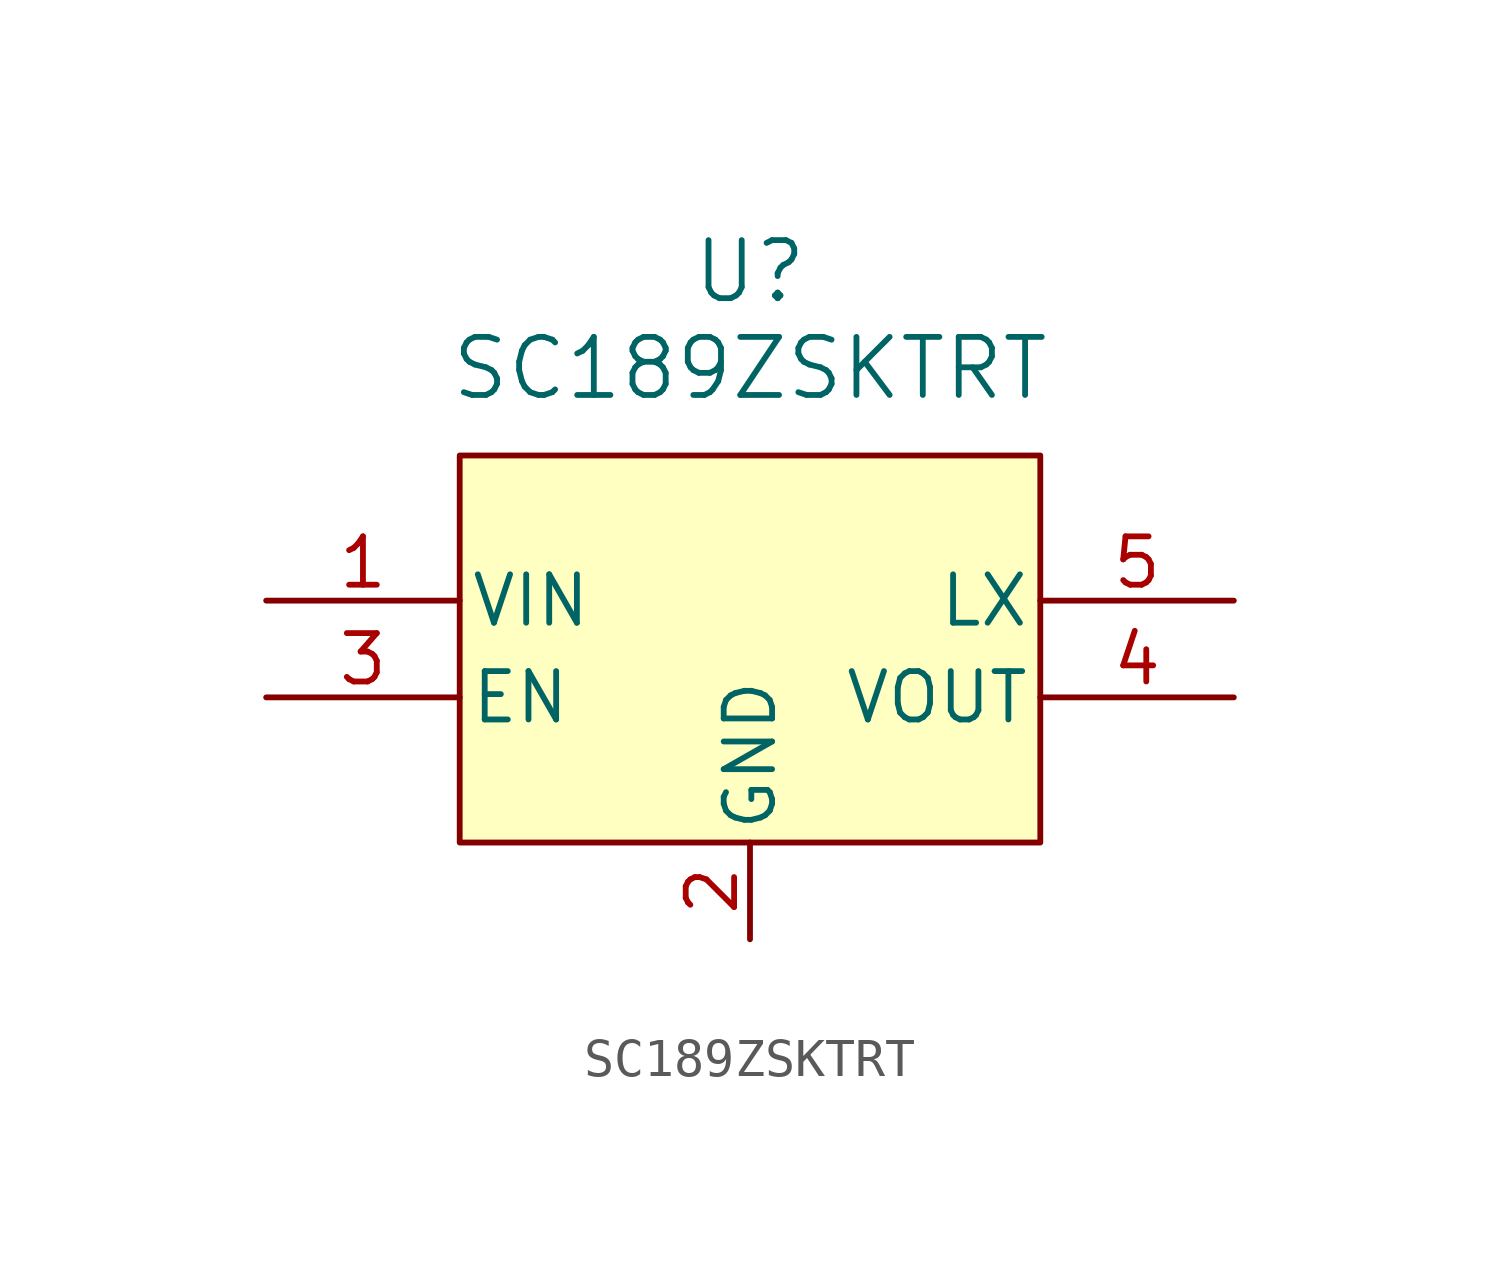
<source format=kicad_sym>
(kicad_symbol_lib
  (version 20231120)
  (generator "kicad_symbol_editor")
  (generator_version "8.0")
  (symbol "SC189ZSKTRT"
    (pin_names
      (offset 0.254))
    (property "Reference" "U"
      (at 0 9.906 0)
      (effects (font (size 1.524 1.524))))
    (property "Value" "SC189ZSKTRT"
      (at 0 7.366 0)
      (effects (font (size 1.524 1.524))))
    (property "ki_locked" ""
      (at 0 0 0)
      (effects (font (size 1.27 1.27))))
    (symbol "SC189ZSKTRT_0_1"
      (pin power_in line (at -12.7 1.27 0) (length 5.08) (name "VIN" (effects (font (size 1.27 1.27)))) (number "1" (effects (font (size 1.27 1.27))))))
    (symbol "SC189ZSKTRT_1_1"
      (rectangle (start -7.62 5.08) (end 7.62 -5.08) (stroke (width 0) (type default)) (fill (type background)))
      (pin power_in line (at 0 -7.62 90) (length 2.54) (name "GND" (effects (font (size 1.27 1.27)))) (number "2" (effects (font (size 1.27 1.27)))))
      (pin input line (at -12.7 -1.27 0) (length 5.08) (name "EN" (effects (font (size 1.27 1.27)))) (number "3" (effects (font (size 1.27 1.27)))))
      (pin power_out line (at 12.7 -1.27 180) (length 5.08) (name "VOUT" (effects (font (size 1.27 1.27)))) (number "4" (effects (font (size 1.27 1.27)))))
      (pin output line (at 12.7 1.27 180) (length 5.08) (name "LX" (effects (font (size 1.27 1.27)))) (number "5" (effects (font (size 1.27 1.27))))))))
</source>
